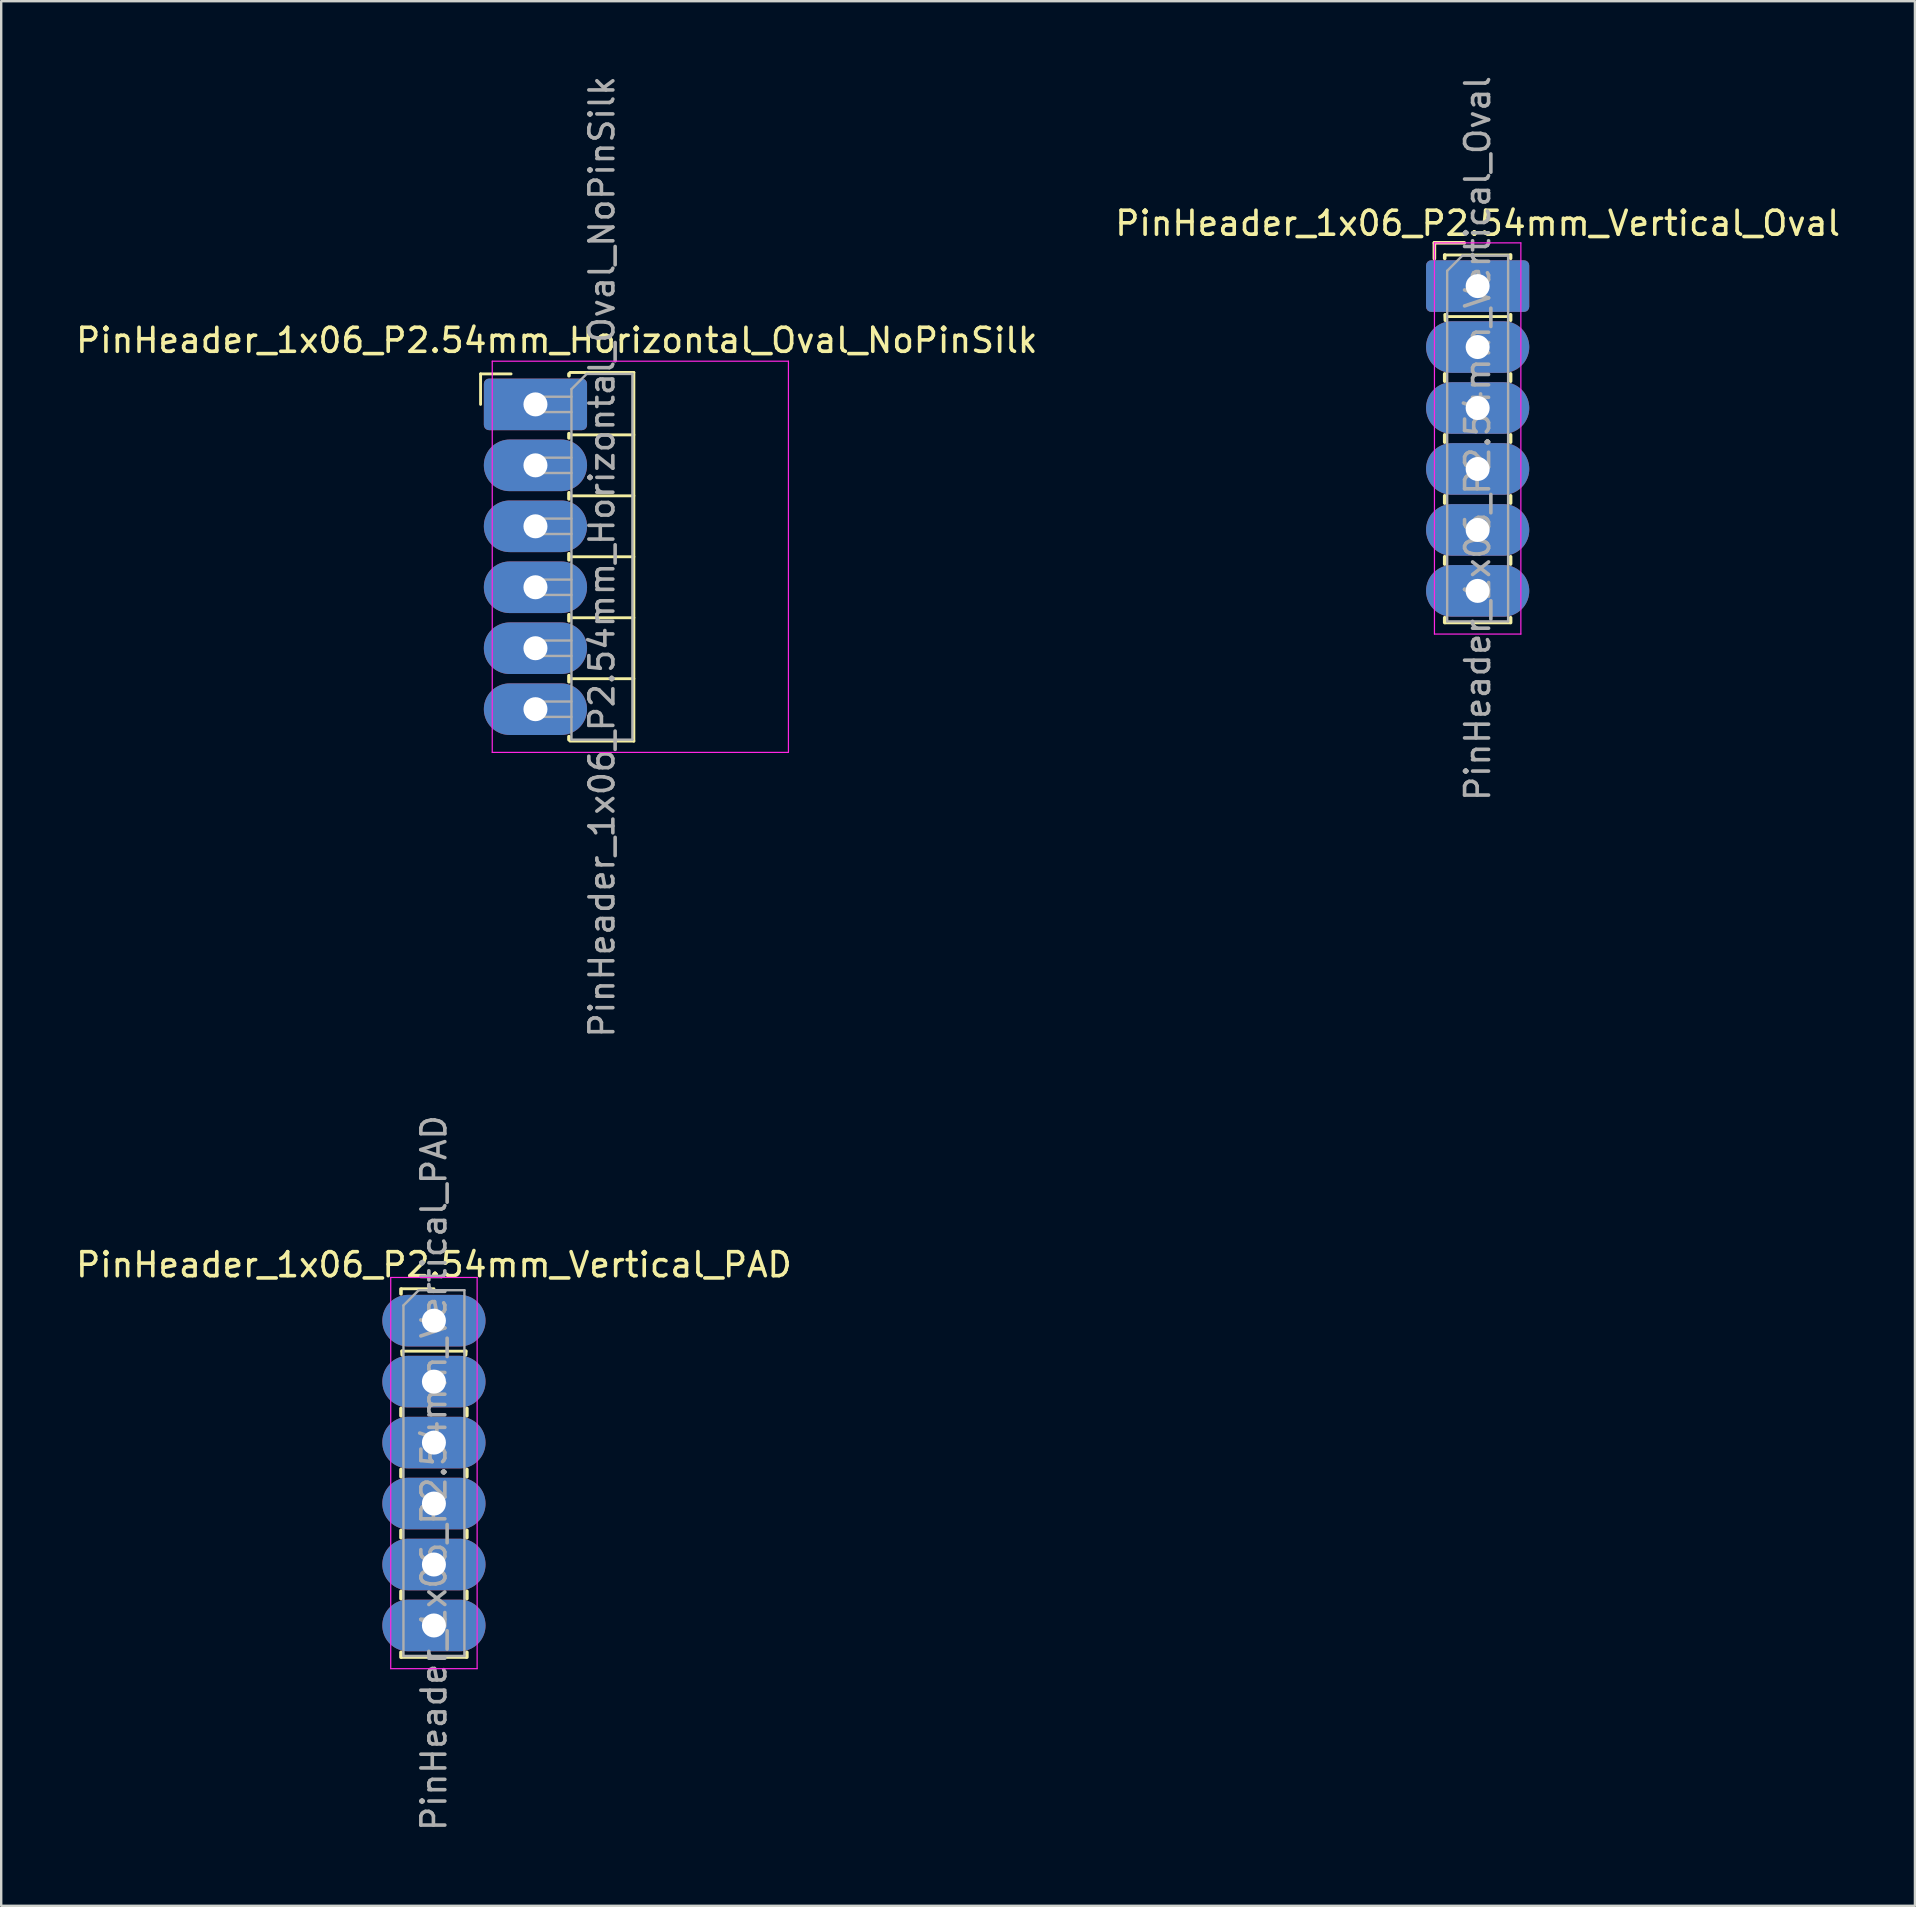
<source format=kicad_pcb>
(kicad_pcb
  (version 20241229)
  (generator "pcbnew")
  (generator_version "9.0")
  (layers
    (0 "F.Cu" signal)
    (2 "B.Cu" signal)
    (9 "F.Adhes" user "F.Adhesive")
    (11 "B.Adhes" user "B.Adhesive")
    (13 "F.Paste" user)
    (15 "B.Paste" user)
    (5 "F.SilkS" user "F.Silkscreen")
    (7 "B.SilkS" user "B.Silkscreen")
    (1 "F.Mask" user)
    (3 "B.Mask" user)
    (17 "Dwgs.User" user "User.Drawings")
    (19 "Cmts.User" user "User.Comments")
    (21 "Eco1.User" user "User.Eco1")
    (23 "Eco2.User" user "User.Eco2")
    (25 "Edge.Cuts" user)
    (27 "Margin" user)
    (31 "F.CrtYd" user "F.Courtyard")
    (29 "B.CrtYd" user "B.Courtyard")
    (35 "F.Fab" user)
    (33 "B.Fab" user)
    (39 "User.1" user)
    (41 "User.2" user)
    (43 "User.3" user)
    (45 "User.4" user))
  (footprint "PinHeader_1x06_P2.54mm_Horizontal_Oval_NoPinSilk"
    (layer "F.Cu")
    (at 19.26 13.799)
    (property "Reference" "PinHeader_1x06_P2.54mm_Horizontal_Oval_NoPinSilk" (at 0.889 -2.667 0) (layer "F.SilkS") (effects (font (size 1 1) (thickness 0.15))))
    (attr through_hole)
    (fp_line (start -2.286 -1.27) (end -1.016 -1.27) (stroke (width 0.12) (type solid)) (layer "F.SilkS"))
    (fp_line (start -2.286 0) (end -2.286 -1.27) (stroke (width 0.12) (type solid)) (layer "F.SilkS"))
    (fp_line (start 1.397 -1.194) (end 1.397 -1.27) (stroke (width 0.15) (type solid)) (layer "F.SilkS"))
    (fp_line (start 1.397 1.219) (end 1.397 1.397) (stroke (width 0.15) (type solid)) (layer "F.SilkS"))
    (fp_line (start 1.397 3.683) (end 1.397 3.937) (stroke (width 0.15) (type solid)) (layer "F.SilkS"))
    (fp_line (start 1.397 6.223) (end 1.397 6.477) (stroke (width 0.15) (type solid)) (layer "F.SilkS"))
    (fp_line (start 1.397 8.763) (end 1.397 9.017) (stroke (width 0.15) (type solid)) (layer "F.SilkS"))
    (fp_line (start 1.397 11.303) (end 1.397 11.557) (stroke (width 0.15) (type solid)) (layer "F.SilkS"))
    (fp_line (start 1.397 13.843) (end 1.397 13.97) (stroke (width 0.15) (type solid)) (layer "F.SilkS"))
    (fp_line (start 1.44 1.27) (end 4.1 1.27) (stroke (width 0.12) (type solid)) (layer "F.SilkS"))
    (fp_line (start 1.44 3.81) (end 4.1 3.81) (stroke (width 0.12) (type solid)) (layer "F.SilkS"))
    (fp_line (start 1.44 6.35) (end 4.1 6.35) (stroke (width 0.12) (type solid)) (layer "F.SilkS"))
    (fp_line (start 1.44 8.89) (end 4.1 8.89) (stroke (width 0.12) (type solid)) (layer "F.SilkS"))
    (fp_line (start 1.44 11.43) (end 4.1 11.43) (stroke (width 0.12) (type solid)) (layer "F.SilkS"))
    (fp_line (start 1.44 14.03) (end 4.1 14.03) (stroke (width 0.12) (type solid)) (layer "F.SilkS"))
    (fp_line (start 4.1 -1.33) (end 1.44 -1.33) (stroke (width 0.12) (type solid)) (layer "F.SilkS"))
    (fp_line (start 4.1 14.03) (end 4.1 -1.33) (stroke (width 0.12) (type solid)) (layer "F.SilkS"))
    (fp_line (start -1.8 -1.8) (end -1.8 14.5) (stroke (width 0.05) (type solid)) (layer "F.CrtYd"))
    (fp_line (start -1.8 14.5) (end 10.541 14.5) (stroke (width 0.05) (type solid)) (layer "F.CrtYd"))
    (fp_line (start 10.541 -1.8) (end -1.8 -1.8) (stroke (width 0.05) (type solid)) (layer "F.CrtYd"))
    (fp_line (start 10.541 14.5) (end 10.541 -1.8) (stroke (width 0.05) (type solid)) (layer "F.CrtYd"))
    (fp_line (start -0.32 -0.32) (end -0.32 0.32) (stroke (width 0.1) (type solid)) (layer "F.Fab"))
    (fp_line (start -0.32 -0.32) (end 1.5 -0.32) (stroke (width 0.1) (type solid)) (layer "F.Fab"))
    (fp_line (start -0.32 0.32) (end 1.5 0.32) (stroke (width 0.1) (type solid)) (layer "F.Fab"))
    (fp_line (start -0.32 2.22) (end -0.32 2.86) (stroke (width 0.1) (type solid)) (layer "F.Fab"))
    (fp_line (start -0.32 2.22) (end 1.5 2.22) (stroke (width 0.1) (type solid)) (layer "F.Fab"))
    (fp_line (start -0.32 2.86) (end 1.5 2.86) (stroke (width 0.1) (type solid)) (layer "F.Fab"))
    (fp_line (start -0.32 4.76) (end -0.32 5.4) (stroke (width 0.1) (type solid)) (layer "F.Fab"))
    (fp_line (start -0.32 4.76) (end 1.5 4.76) (stroke (width 0.1) (type solid)) (layer "F.Fab"))
    (fp_line (start -0.32 5.4) (end 1.5 5.4) (stroke (width 0.1) (type solid)) (layer "F.Fab"))
    (fp_line (start -0.32 7.3) (end -0.32 7.94) (stroke (width 0.1) (type solid)) (layer "F.Fab"))
    (fp_line (start -0.32 7.3) (end 1.5 7.3) (stroke (width 0.1) (type solid)) (layer "F.Fab"))
    (fp_line (start -0.32 7.94) (end 1.5 7.94) (stroke (width 0.1) (type solid)) (layer "F.Fab"))
    (fp_line (start -0.32 9.84) (end -0.32 10.48) (stroke (width 0.1) (type solid)) (layer "F.Fab"))
    (fp_line (start -0.32 9.84) (end 1.5 9.84) (stroke (width 0.1) (type solid)) (layer "F.Fab"))
    (fp_line (start -0.32 10.48) (end 1.5 10.48) (stroke (width 0.1) (type solid)) (layer "F.Fab"))
    (fp_line (start -0.32 12.38) (end -0.32 13.02) (stroke (width 0.1) (type solid)) (layer "F.Fab"))
    (fp_line (start -0.32 12.38) (end 1.5 12.38) (stroke (width 0.1) (type solid)) (layer "F.Fab"))
    (fp_line (start -0.32 13.02) (end 1.5 13.02) (stroke (width 0.1) (type solid)) (layer "F.Fab"))
    (fp_line (start 1.5 -0.635) (end 2.135 -1.27) (stroke (width 0.1) (type solid)) (layer "F.Fab"))
    (fp_line (start 1.5 13.97) (end 1.5 -0.635) (stroke (width 0.1) (type solid)) (layer "F.Fab"))
    (fp_line (start 2.135 -1.27) (end 4.04 -1.27) (stroke (width 0.1) (type solid)) (layer "F.Fab"))
    (fp_line (start 4.04 -1.27) (end 4.04 13.97) (stroke (width 0.1) (type solid)) (layer "F.Fab"))
    (fp_line (start 4.04 13.97) (end 1.5 13.97) (stroke (width 0.1) (type solid)) (layer "F.Fab"))
    (fp_text user "${REFERENCE}" (at 2.77 6.35 90) (layer "F.Fab") (effects (font (size 1 1) (thickness 0.15))))
    (pad "1" thru_hole roundrect (at 0 0) (size 4.3 2.15) (drill 1) (layers "*.Cu" "*.Mask") (roundrect_rratio 0.1))
    (pad "2" thru_hole oval (at 0 2.54) (size 4.3 2.15) (drill 1) (layers "*.Cu" "*.Mask"))
    (pad "3" thru_hole oval (at 0 5.08) (size 4.3 2.15) (drill 1) (layers "*.Cu" "*.Mask"))
    (pad "4" thru_hole oval (at 0 7.62) (size 4.3 2.15) (drill 1) (layers "*.Cu" "*.Mask"))
    (pad "5" thru_hole oval (at 0 10.16) (size 4.3 2.15) (drill 1) (layers "*.Cu" "*.Mask"))
    (pad "6" thru_hole oval (at 0 12.7) (size 4.3 2.15) (drill 1) (layers "*.Cu" "*.Mask")))
  (footprint "PinHeader_1x06_P2.54mm_Vertical_Oval"
    (layer "F.Cu")
    (at 58.518 8.87)
    (property "Reference" "PinHeader_1x06_P2.54mm_Vertical_Oval" (at 0 -2.616 0) (layer "F.SilkS") (effects (font (size 1 1) (thickness 0.15))))
    (attr through_hole)
    (fp_line (start -1.803 -1.803) (end -0.559 -1.803) (stroke (width 0.15) (type solid)) (layer "F.SilkS"))
    (fp_line (start -1.803 -1.143) (end -1.803 -1.803) (stroke (width 0.15) (type solid)) (layer "F.SilkS"))
    (fp_line (start -1.372 -1.295) (end -1.372 -1.156) (stroke (width 0.15) (type solid)) (layer "F.SilkS"))
    (fp_line (start -1.372 -1.295) (end 1.372 -1.295) (stroke (width 0.12) (type solid)) (layer "F.SilkS"))
    (fp_line (start -1.372 3.658) (end -1.372 3.962) (stroke (width 0.15) (type solid)) (layer "F.SilkS"))
    (fp_line (start -1.372 6.198) (end -1.372 6.502) (stroke (width 0.15) (type solid)) (layer "F.SilkS"))
    (fp_line (start -1.372 8.738) (end -1.372 9.042) (stroke (width 0.15) (type solid)) (layer "F.SilkS"))
    (fp_line (start -1.372 11.278) (end -1.372 11.582) (stroke (width 0.15) (type solid)) (layer "F.SilkS"))
    (fp_line (start -1.372 13.818) (end -1.372 14.021) (stroke (width 0.15) (type solid)) (layer "F.SilkS"))
    (fp_line (start -1.355 1.194) (end -1.346 1.422) (stroke (width 0.15) (type solid)) (layer "F.SilkS"))
    (fp_line (start -1.33 1.27) (end 1.33 1.27) (stroke (width 0.12) (type solid)) (layer "F.SilkS"))
    (fp_line (start -1.33 14.03) (end 1.33 14.03) (stroke (width 0.12) (type solid)) (layer "F.SilkS"))
    (fp_line (start 1.372 -1.295) (end 1.372 -1.156) (stroke (width 0.15) (type solid)) (layer "F.SilkS"))
    (fp_line (start 1.372 1.194) (end 1.372 1.422) (stroke (width 0.15) (type solid)) (layer "F.SilkS"))
    (fp_line (start 1.372 3.658) (end 1.372 3.962) (stroke (width 0.15) (type solid)) (layer "F.SilkS"))
    (fp_line (start 1.372 6.198) (end 1.372 6.502) (stroke (width 0.15) (type solid)) (layer "F.SilkS"))
    (fp_line (start 1.372 8.738) (end 1.372 9.042) (stroke (width 0.15) (type solid)) (layer "F.SilkS"))
    (fp_line (start 1.372 11.278) (end 1.372 11.582) (stroke (width 0.15) (type solid)) (layer "F.SilkS"))
    (fp_line (start 1.372 14.021) (end 1.372 13.818) (stroke (width 0.15) (type solid)) (layer "F.SilkS"))
    (fp_line (start -1.8 -1.8) (end -1.8 14.5) (stroke (width 0.05) (type solid)) (layer "F.CrtYd"))
    (fp_line (start -1.8 14.5) (end 1.8 14.5) (stroke (width 0.05) (type solid)) (layer "F.CrtYd"))
    (fp_line (start 1.8 -1.8) (end -1.8 -1.8) (stroke (width 0.05) (type solid)) (layer "F.CrtYd"))
    (fp_line (start 1.8 14.5) (end 1.8 -1.8) (stroke (width 0.05) (type solid)) (layer "F.CrtYd"))
    (fp_line (start -1.27 -0.635) (end -0.635 -1.27) (stroke (width 0.1) (type solid)) (layer "F.Fab"))
    (fp_line (start -1.27 13.97) (end -1.27 -0.635) (stroke (width 0.1) (type solid)) (layer "F.Fab"))
    (fp_line (start -0.635 -1.27) (end 1.27 -1.27) (stroke (width 0.1) (type solid)) (layer "F.Fab"))
    (fp_line (start 1.27 -1.27) (end 1.27 13.97) (stroke (width 0.1) (type solid)) (layer "F.Fab"))
    (fp_line (start 1.27 13.97) (end -1.27 13.97) (stroke (width 0.1) (type solid)) (layer "F.Fab"))
    (fp_text user "${REFERENCE}" (at 0 6.35 90) (layer "F.Fab") (effects (font (size 1 1) (thickness 0.15))))
    (pad "1" thru_hole roundrect (at 0 0) (size 4.3 2.15) (drill 1) (layers "*.Cu" "*.Mask") (roundrect_rratio 0.1))
    (pad "2" thru_hole oval (at 0 2.54) (size 4.3 2.15) (drill 1) (layers "*.Cu" "*.Mask"))
    (pad "3" thru_hole oval (at 0 5.08) (size 4.3 2.15) (drill 1) (layers "*.Cu" "*.Mask"))
    (pad "4" thru_hole oval (at 0 7.62) (size 4.3 2.15) (drill 1) (layers "*.Cu" "*.Mask"))
    (pad "5" thru_hole oval (at 0 10.16) (size 4.3 2.15) (drill 1) (layers "*.Cu" "*.Mask"))
    (pad "6" thru_hole oval (at 0 12.7) (size 4.3 2.15) (drill 1) (layers "*.Cu" "*.Mask")))
  (footprint "PinHeader_1x06_P2.54mm_Vertical_PAD"
    (layer "F.Cu")
    (at 15.03 51.977)
    (property "Reference" "PinHeader_1x06_P2.54mm_Vertical_PAD" (at 0 -2.33 0) (layer "F.SilkS") (effects (font (size 1 1) (thickness 0.15))))
    (attr through_hole)
    (fp_line (start -1.372 -1.321) (end -1.372 -1.118) (stroke (width 0.15) (type solid)) (layer "F.SilkS"))
    (fp_line (start -1.372 3.658) (end -1.372 3.962) (stroke (width 0.15) (type solid)) (layer "F.SilkS"))
    (fp_line (start -1.372 6.198) (end -1.372 6.502) (stroke (width 0.15) (type solid)) (layer "F.SilkS"))
    (fp_line (start -1.372 8.738) (end -1.372 9.042) (stroke (width 0.15) (type solid)) (layer "F.SilkS"))
    (fp_line (start -1.372 11.278) (end -1.372 11.582) (stroke (width 0.15) (type solid)) (layer "F.SilkS"))
    (fp_line (start -1.372 13.818) (end -1.372 14.021) (stroke (width 0.15) (type solid)) (layer "F.SilkS"))
    (fp_line (start -1.33 -1.33) (end 0 -1.33) (stroke (width 0.12) (type solid)) (layer "F.SilkS"))
    (fp_line (start -1.33 1.27) (end -1.321 1.422) (stroke (width 0.15) (type solid)) (layer "F.SilkS"))
    (fp_line (start -1.33 1.27) (end 1.33 1.27) (stroke (width 0.12) (type solid)) (layer "F.SilkS"))
    (fp_line (start -1.33 14.03) (end 1.33 14.03) (stroke (width 0.12) (type solid)) (layer "F.SilkS"))
    (fp_line (start 1.33 1.27) (end 1.321 1.422) (stroke (width 0.15) (type solid)) (layer "F.SilkS"))
    (fp_line (start 1.372 3.658) (end 1.372 3.962) (stroke (width 0.15) (type solid)) (layer "F.SilkS"))
    (fp_line (start 1.372 6.198) (end 1.372 6.502) (stroke (width 0.15) (type solid)) (layer "F.SilkS"))
    (fp_line (start 1.372 8.738) (end 1.372 9.042) (stroke (width 0.15) (type solid)) (layer "F.SilkS"))
    (fp_line (start 1.372 11.278) (end 1.372 11.582) (stroke (width 0.15) (type solid)) (layer "F.SilkS"))
    (fp_line (start 1.372 14.021) (end 1.372 13.818) (stroke (width 0.15) (type solid)) (layer "F.SilkS"))
    (fp_line (start -1.8 -1.8) (end -1.8 14.5) (stroke (width 0.05) (type solid)) (layer "F.CrtYd"))
    (fp_line (start -1.8 14.5) (end 1.8 14.5) (stroke (width 0.05) (type solid)) (layer "F.CrtYd"))
    (fp_line (start 1.8 -1.8) (end -1.8 -1.8) (stroke (width 0.05) (type solid)) (layer "F.CrtYd"))
    (fp_line (start 1.8 14.5) (end 1.8 -1.8) (stroke (width 0.05) (type solid)) (layer "F.CrtYd"))
    (fp_line (start -1.27 -0.635) (end -0.635 -1.27) (stroke (width 0.1) (type solid)) (layer "F.Fab"))
    (fp_line (start -1.27 13.97) (end -1.27 -0.635) (stroke (width 0.1) (type solid)) (layer "F.Fab"))
    (fp_line (start -0.635 -1.27) (end 1.27 -1.27) (stroke (width 0.1) (type solid)) (layer "F.Fab"))
    (fp_line (start 1.27 -1.27) (end 1.27 13.97) (stroke (width 0.1) (type solid)) (layer "F.Fab"))
    (fp_line (start 1.27 13.97) (end -1.27 13.97) (stroke (width 0.1) (type solid)) (layer "F.Fab"))
    (fp_text user "${REFERENCE}" (at 0 6.35 90) (layer "F.Fab") (effects (font (size 1 1) (thickness 0.15))))
    (pad "1" thru_hole oval (at 0 0) (size 4.3 2.15) (drill 1) (layers "*.Cu" "*.Mask"))
    (pad "2" thru_hole oval (at 0 2.54) (size 4.3 2.15) (drill 1) (layers "*.Cu" "*.Mask"))
    (pad "3" thru_hole oval (at 0 5.08) (size 4.3 2.15) (drill 1) (layers "*.Cu" "*.Mask"))
    (pad "4" thru_hole oval (at 0 7.62) (size 4.3 2.15) (drill 1) (layers "*.Cu" "*.Mask"))
    (pad "5" thru_hole oval (at 0 10.16) (size 4.3 2.15) (drill 1) (layers "*.Cu" "*.Mask"))
    (pad "6" thru_hole oval (at 0 12.7) (size 4.3 2.15) (drill 1) (layers "*.Cu" "*.Mask")))
  (gr_rect
    (start -3 -3)
    (end 76.738 76.357)
    (stroke (width 0.1) (type default))
    (fill no)
    (layer "Edge.Cuts")))
</source>
